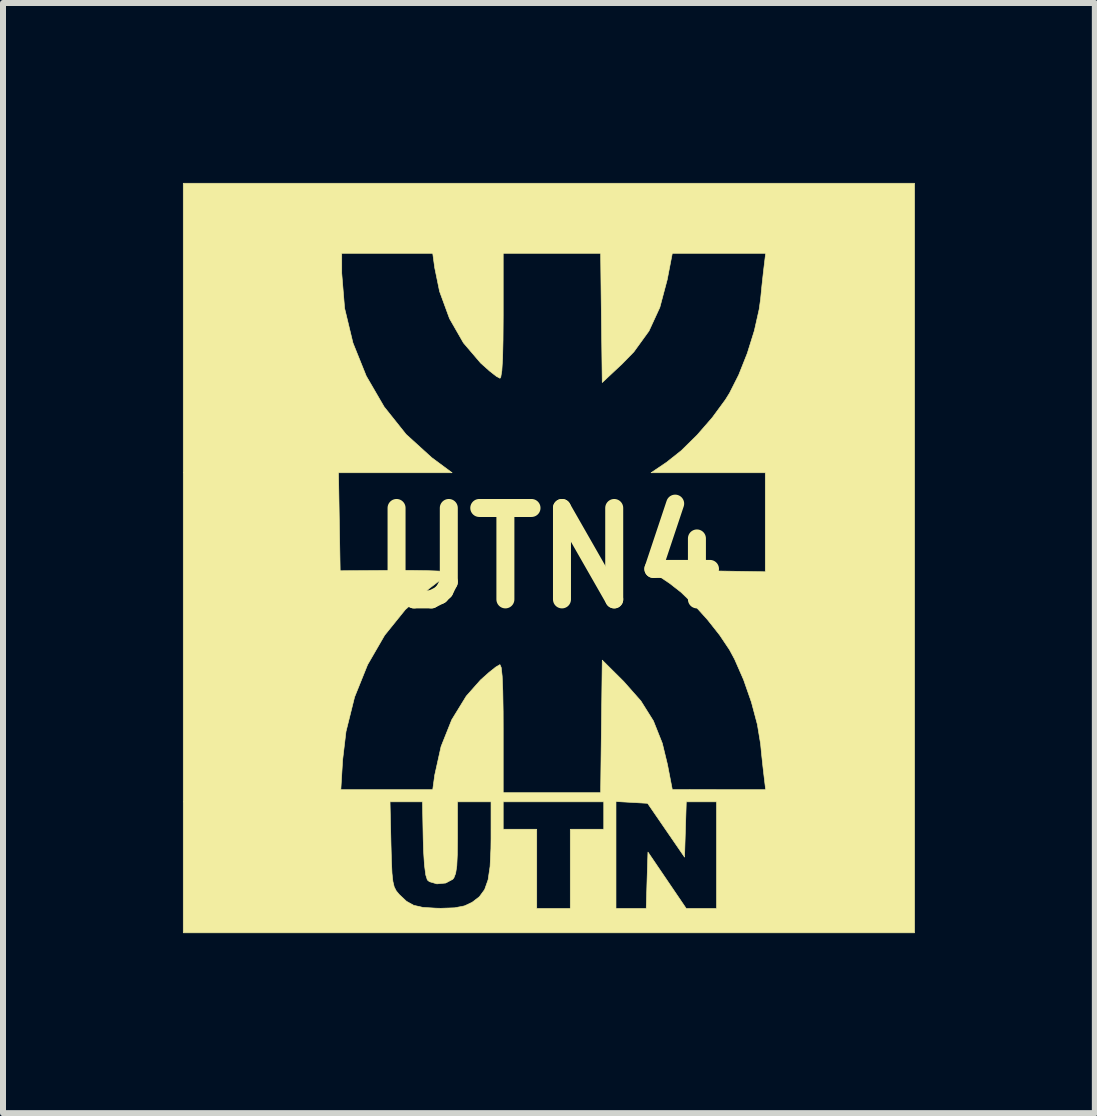
<source format=kicad_pcb>
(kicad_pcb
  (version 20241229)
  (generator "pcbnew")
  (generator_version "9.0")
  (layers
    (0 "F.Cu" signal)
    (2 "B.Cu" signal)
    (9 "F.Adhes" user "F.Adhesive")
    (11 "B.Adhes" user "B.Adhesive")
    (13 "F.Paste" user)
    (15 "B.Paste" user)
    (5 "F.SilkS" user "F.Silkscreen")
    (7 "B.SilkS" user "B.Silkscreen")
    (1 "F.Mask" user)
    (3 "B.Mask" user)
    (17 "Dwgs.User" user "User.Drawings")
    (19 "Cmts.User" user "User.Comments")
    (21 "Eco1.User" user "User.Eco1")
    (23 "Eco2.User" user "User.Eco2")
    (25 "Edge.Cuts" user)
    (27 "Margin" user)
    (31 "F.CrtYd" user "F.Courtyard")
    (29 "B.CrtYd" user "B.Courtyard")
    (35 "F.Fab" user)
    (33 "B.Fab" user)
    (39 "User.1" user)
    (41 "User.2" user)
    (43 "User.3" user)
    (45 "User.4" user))
  (footprint "UTN4"
    (layer "F.Cu")
    (at 6.101 6.253)
    (property "Reference" "UTN4" (at 0 0 0) (layer "F.SilkS") (effects (font (size 1.524 1.524) (thickness 0.3))))
    (attr through_hole)
    (fp_poly (pts (xy 6.096 6.248) (xy -6.096 6.248) (xy -6.096 4.064) (xy -2.649 4.064) (xy -2.633 4.771) (xy -2.625 5.054) (xy -2.616 5.254) (xy -2.601 5.391) (xy -2.579 5.483) (xy -2.545 5.549) (xy -2.496 5.608) (xy -2.489 5.615) (xy -2.375 5.722) (xy -2.255 5.789) (xy -2.101 5.824) (xy -1.884 5.837) (xy -1.803 5.839) (xy -1.573 5.831) (xy -1.409 5.799) (xy -1.28 5.739) (xy -1.159 5.646) (xy -1.072 5.527) (xy -1.014 5.364) (xy -0.981 5.142) (xy -0.967 4.843) (xy -0.965 4.675) (xy -0.965 4.064) (xy -0.762 4.064) (xy -0.762 4.521) (xy -0.203 4.521) (xy -0.203 5.842) (xy 0.356 5.842) (xy 1.118 5.842) (xy 1.622 5.842) (xy 1.636 5.372) (xy 1.651 4.902) (xy 2.289 5.842) (xy 2.794 5.842) (xy 2.794 4.064) (xy 2.29 4.064) (xy 2.261 4.986) (xy 1.645 4.089) (xy 1.118 4.059) (xy 1.118 5.842) (xy 0.356 5.842) (xy 0.356 4.521) (xy 0.914 4.521) (xy 0.914 4.064) (xy -0.762 4.064) (xy -0.965 4.064) (xy -1.524 4.064) (xy -1.524 4.67) (xy -1.527 4.943) (xy -1.536 5.133) (xy -1.555 5.256) (xy -1.584 5.331) (xy -1.604 5.356) (xy -1.721 5.418) (xy -1.867 5.432) (xy -1.993 5.395) (xy -2.027 5.366) (xy -2.053 5.284) (xy -2.075 5.117) (xy -2.09 4.881) (xy -2.096 4.68) (xy -2.108 4.064) (xy -2.649 4.064) (xy -6.096 4.064) (xy -6.096 -1.422) (xy -3.508 -1.422) (xy -3.494 -0.605) (xy -3.48 0.212) (xy -2.578 0.206) (xy -2.288 0.206) (xy -2.038 0.21) (xy -1.842 0.217) (xy -1.718 0.228) (xy -1.68 0.239) (xy -1.72 0.286) (xy -1.822 0.375) (xy -1.967 0.486) (xy -1.996 0.508) (xy -2.394 0.86) (xy -2.739 1.288) (xy -3.023 1.779) (xy -3.24 2.318) (xy -3.383 2.892) (xy -3.439 3.365) (xy -3.469 3.861) (xy -1.937 3.861) (xy -1.904 3.619) (xy -1.798 3.142) (xy -1.62 2.696) (xy -1.378 2.302) (xy -1.14 2.033) (xy -1.001 1.909) (xy -0.887 1.818) (xy -0.819 1.778) (xy -0.816 1.778) (xy -0.795 1.826) (xy -0.779 1.972) (xy -0.769 2.216) (xy -0.763 2.56) (xy -0.762 2.845) (xy -0.762 3.912) (xy 0.862 3.912) (xy 0.889 1.702) (xy 1.246 2.057) (xy 1.533 2.382) (xy 1.742 2.715) (xy 1.89 3.087) (xy 1.976 3.441) (xy 2.057 3.86) (xy 2.835 3.861) (xy 3.613 3.861) (xy 3.587 3.645) (xy 3.567 3.473) (xy 3.544 3.257) (xy 3.529 3.1) (xy 3.475 2.774) (xy 3.376 2.403) (xy 3.245 2.028) (xy 3.096 1.688) (xy 3.011 1.53) (xy 2.847 1.285) (xy 2.643 1.027) (xy 2.42 0.78) (xy 2.201 0.569) (xy 2.009 0.419) (xy 1.989 0.406) (xy 1.867 0.324) (xy 1.791 0.259) (xy 1.779 0.239) (xy 1.827 0.227) (xy 1.96 0.218) (xy 2.163 0.213) (xy 2.42 0.211) (xy 2.692 0.214) (xy 3.607 0.229) (xy 3.607 -0.597) (xy 3.607 -1.422) (xy 1.703 -1.422) (xy 1.961 -1.596) (xy 2.207 -1.791) (xy 2.47 -2.05) (xy 2.724 -2.342) (xy 2.942 -2.639) (xy 3.011 -2.75) (xy 3.164 -3.053) (xy 3.307 -3.413) (xy 3.425 -3.791) (xy 3.505 -4.147) (xy 3.529 -4.319) (xy 3.55 -4.534) (xy 3.573 -4.744) (xy 3.587 -4.864) (xy 3.613 -5.08) (xy 2.835 -5.08) (xy 2.057 -5.08) (xy 1.972 -4.64) (xy 1.849 -4.178) (xy 1.668 -3.785) (xy 1.416 -3.437) (xy 1.223 -3.239) (xy 0.889 -2.926) (xy 0.875 -4.003) (xy 0.862 -5.08) (xy -0.762 -5.08) (xy -0.762 -4.039) (xy -0.765 -3.633) (xy -0.772 -3.328) (xy -0.785 -3.122) (xy -0.803 -3.015) (xy -0.816 -2.997) (xy -0.877 -3.03) (xy -0.987 -3.116) (xy -1.124 -3.238) (xy -1.14 -3.253) (xy -1.425 -3.587) (xy -1.657 -3.992) (xy -1.823 -4.445) (xy -1.904 -4.839) (xy -1.937 -5.08) (xy -3.454 -5.08) (xy -3.454 -4.748) (xy -3.406 -4.163) (xy -3.267 -3.586) (xy -3.045 -3.034) (xy -2.747 -2.521) (xy -2.381 -2.062) (xy -1.955 -1.675) (xy -1.912 -1.643) (xy -1.614 -1.422) (xy -3.508 -1.422) (xy -6.096 -1.422) (xy -6.096 -6.248) (xy 6.096 -6.248) (xy 6.096 6.248)) (stroke (width 0.01) (type solid)) (fill yes) (layer "F.SilkS")))
  (gr_rect
    (start -3 -3)
    (end 15.202 15.507)
    (stroke (width 0.1) (type default))
    (fill no)
    (layer "Edge.Cuts")))
</source>
